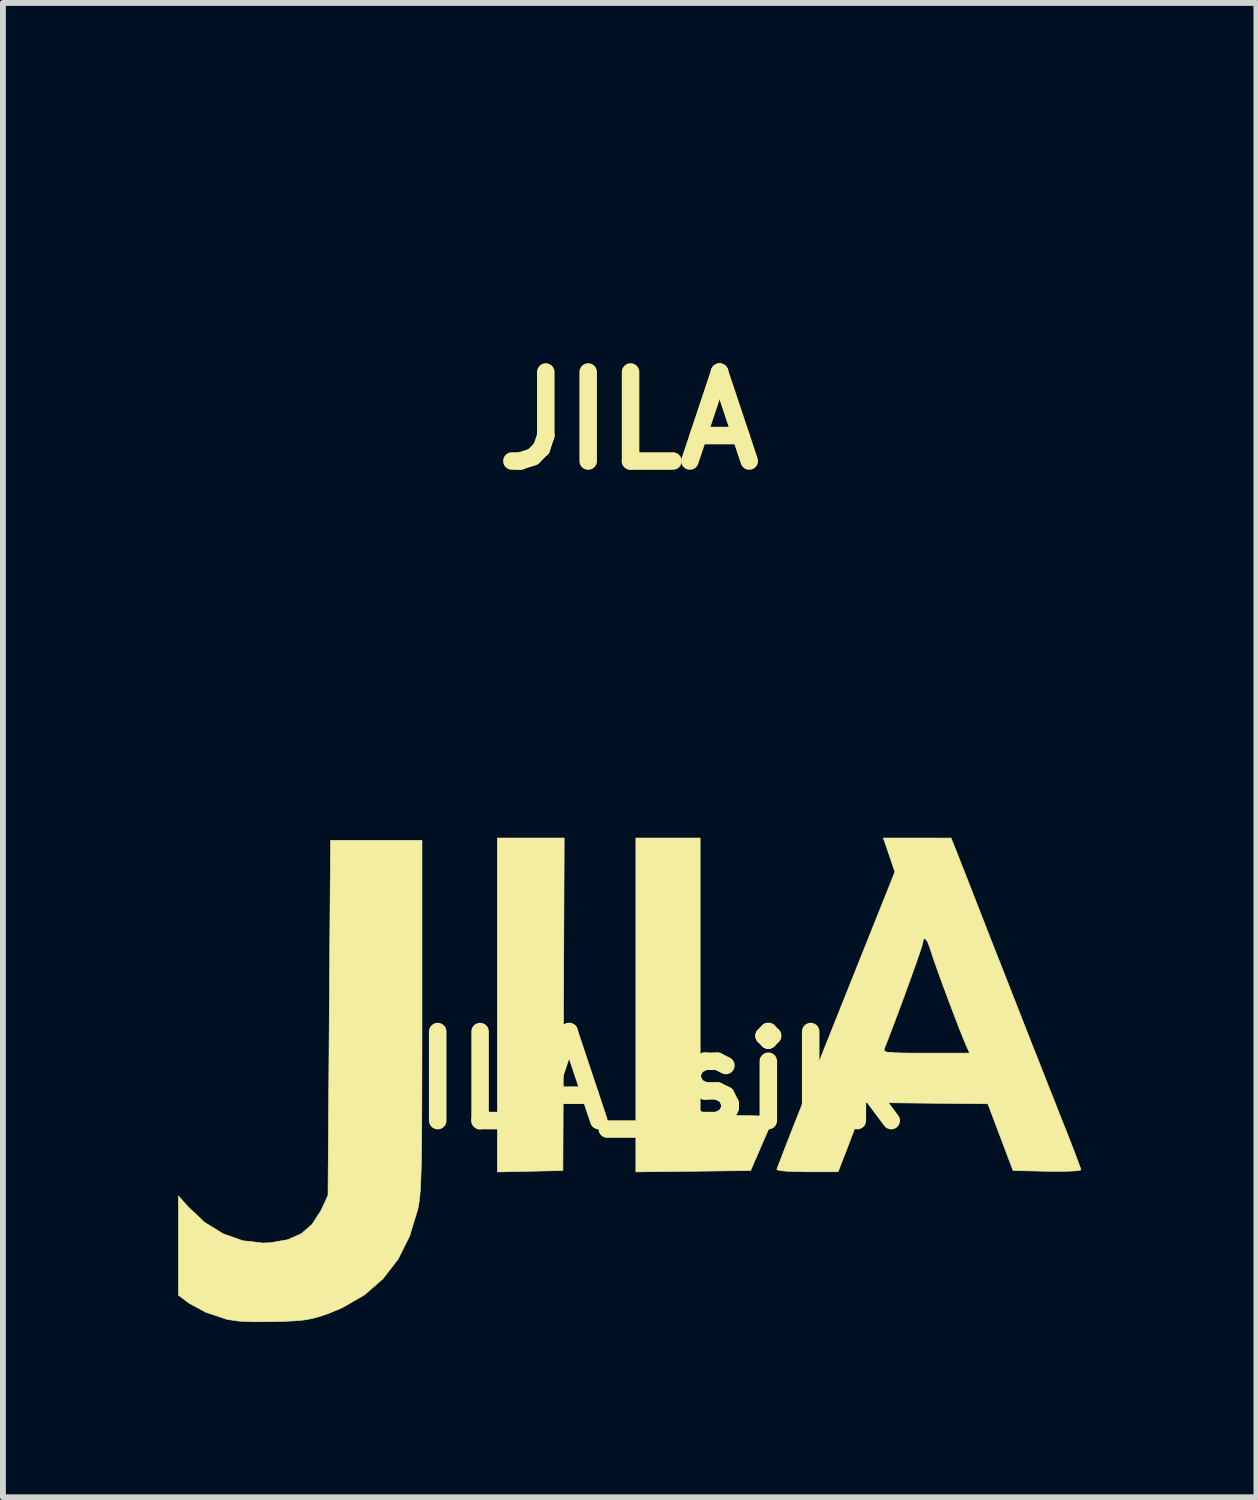
<source format=kicad_pcb>
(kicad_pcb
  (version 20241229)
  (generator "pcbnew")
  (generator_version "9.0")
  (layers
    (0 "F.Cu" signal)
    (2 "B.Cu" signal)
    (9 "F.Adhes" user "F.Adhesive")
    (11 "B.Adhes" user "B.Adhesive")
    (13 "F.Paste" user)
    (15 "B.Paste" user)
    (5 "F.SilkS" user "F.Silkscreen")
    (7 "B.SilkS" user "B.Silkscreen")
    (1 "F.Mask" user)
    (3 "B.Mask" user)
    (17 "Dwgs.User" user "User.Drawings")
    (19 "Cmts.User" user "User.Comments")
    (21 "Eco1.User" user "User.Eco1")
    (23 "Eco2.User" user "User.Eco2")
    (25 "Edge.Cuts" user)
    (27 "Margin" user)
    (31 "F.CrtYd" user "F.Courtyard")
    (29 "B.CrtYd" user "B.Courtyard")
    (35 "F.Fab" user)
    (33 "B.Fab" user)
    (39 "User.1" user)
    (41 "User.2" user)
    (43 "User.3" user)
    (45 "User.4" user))
  (footprint "JILA"
    (layer "F.Cu")
    (at 7.71 4.154)
    (property "Reference" "JILA" (at 0 0 0) (layer "F.SilkS") (effects (font (size 1.524 1.524) (thickness 0.3))))
    (attr through_hole)
    (fp_poly (pts (xy -1.111 -1.302) (xy -1.122 1.545) (xy -1.683 1.557) (xy -2.244 1.569) (xy -2.244 -4.149) (xy -1.1 -4.149) (xy -1.111 -1.302)) (stroke (width 0.01) (type solid)) (fill no) (layer "Eco1.User"))
    (fp_poly (pts (xy 1.228 0.59) (xy 1.862 0.602) (xy 2.496 0.614) (xy 2.294 1.079) (xy 2.092 1.545) (xy 1.109 1.557) (xy 0.127 1.568) (xy 0.127 -4.149) (xy 1.228 -4.149) (xy 1.228 0.59)) (stroke (width 0.01) (type solid)) (fill no) (layer "Eco1.User"))
    (fp_poly (pts (xy -4.318 -4.11) (xy -3.535 -4.11) (xy -3.535 -1.113) (xy -3.535 -0.529) (xy -3.536 -0.023) (xy -3.537 0.412) (xy -3.539 0.781) (xy -3.541 1.091) (xy -3.545 1.349) (xy -3.55 1.56) (xy -3.556 1.732) (xy -3.563 1.87) (xy -3.572 1.982) (xy -3.583 2.073) (xy -3.595 2.151) (xy -3.608 2.211) (xy -3.746 2.666) (xy -3.944 3.062) (xy -4.203 3.398) (xy -4.524 3.677) (xy -4.906 3.897) (xy -5.136 3.992) (xy -5.287 4.044) (xy -5.42 4.08) (xy -5.556 4.104) (xy -5.72 4.119) (xy -5.934 4.128) (xy -6.075 4.132) (xy -6.419 4.134) (xy -6.681 4.122) (xy -6.865 4.094) (xy -6.879 4.091) (xy -7.237 3.971) (xy -7.519 3.819) (xy -7.565 3.785) (xy -7.705 3.679) (xy -7.705 1.978) (xy -7.538 2.167) (xy -7.255 2.433) (xy -6.941 2.627) (xy -6.604 2.746) (xy -6.254 2.786) (xy -6.134 2.781) (xy -5.838 2.73) (xy -5.603 2.628) (xy -5.417 2.466) (xy -5.268 2.236) (xy -5.241 2.18) (xy -5.144 1.968) (xy -5.101 -4.11) (xy -4.318 -4.11)) (stroke (width 0.01) (type solid)) (fill no) (layer "Eco1.User"))
    (fp_poly (pts (xy 4.945 -4.149) (xy 5.524 -4.148) (xy 5.596 -3.969) (xy 5.637 -3.865) (xy 5.701 -3.702) (xy 5.781 -3.499) (xy 5.869 -3.274) (xy 5.907 -3.175) (xy 6.011 -2.91) (xy 6.132 -2.599) (xy 6.259 -2.275) (xy 6.379 -1.969) (xy 6.421 -1.863) (xy 6.537 -1.568) (xy 6.667 -1.236) (xy 6.798 -0.902) (xy 6.916 -0.6) (xy 6.953 -0.508) (xy 7.066 -0.221) (xy 7.196 0.109) (xy 7.329 0.445) (xy 7.45 0.752) (xy 7.479 0.823) (xy 7.567 1.047) (xy 7.643 1.243) (xy 7.701 1.399) (xy 7.738 1.501) (xy 7.747 1.534) (xy 7.707 1.546) (xy 7.598 1.554) (xy 7.435 1.558) (xy 7.233 1.558) (xy 7.166 1.557) (xy 6.585 1.545) (xy 6.154 0.402) (xy 5.092 0.391) (xy 4.03 0.38) (xy 3.961 0.581) (xy 3.915 0.712) (xy 3.849 0.892) (xy 3.774 1.089) (xy 3.741 1.175) (xy 3.59 1.566) (xy 3.065 1.566) (xy 2.865 1.563) (xy 2.701 1.556) (xy 2.587 1.544) (xy 2.54 1.53) (xy 2.54 1.528) (xy 2.555 1.483) (xy 2.6 1.367) (xy 2.67 1.185) (xy 2.764 0.944) (xy 2.879 0.652) (xy 3.013 0.314) (xy 3.162 -0.062) (xy 3.324 -0.47) (xy 3.341 -0.513) (xy 4.376 -0.513) (xy 4.392 -0.494) (xy 4.44 -0.48) (xy 4.532 -0.472) (xy 4.678 -0.468) (xy 4.889 -0.466) (xy 5.096 -0.466) (xy 5.841 -0.466) (xy 5.78 -0.603) (xy 5.725 -0.736) (xy 5.651 -0.922) (xy 5.566 -1.145) (xy 5.474 -1.387) (xy 5.384 -1.63) (xy 5.301 -1.858) (xy 5.232 -2.052) (xy 5.184 -2.196) (xy 5.166 -2.253) (xy 5.124 -2.368) (xy 5.082 -2.425) (xy 5.05 -2.417) (xy 5.038 -2.344) (xy 5.023 -2.292) (xy 4.984 -2.174) (xy 4.925 -2.003) (xy 4.85 -1.794) (xy 4.765 -1.559) (xy 4.675 -1.313) (xy 4.584 -1.069) (xy 4.497 -0.839) (xy 4.42 -0.639) (xy 4.381 -0.54) (xy 4.376 -0.513) (xy 3.341 -0.513) (xy 3.496 -0.902) (xy 3.551 -1.039) (xy 4.562 -3.569) (xy 4.365 -4.149) (xy 4.945 -4.149)) (stroke (width 0.01) (type solid)) (fill no) (layer "Eco1.User")))
  (footprint "JILA_silk"
    (layer "F.Cu")
    (at 7.71 15.447)
    (property "Reference" "JILA_silk" (at 0 0 0) (layer "F.SilkS") (effects (font (size 1.524 1.524) (thickness 0.3))))
    (attr through_hole)
    (fp_poly (pts (xy -1.111 -1.302) (xy -1.122 1.545) (xy -1.683 1.557) (xy -2.244 1.569) (xy -2.244 -4.149) (xy -1.1 -4.149) (xy -1.111 -1.302)) (stroke (width 0.01) (type solid)) (fill yes) (layer "F.SilkS"))
    (fp_poly (pts (xy 1.228 0.59) (xy 1.862 0.602) (xy 2.496 0.614) (xy 2.294 1.079) (xy 2.092 1.545) (xy 1.109 1.557) (xy 0.127 1.568) (xy 0.127 -4.149) (xy 1.228 -4.149) (xy 1.228 0.59)) (stroke (width 0.01) (type solid)) (fill yes) (layer "F.SilkS"))
    (fp_poly (pts (xy -4.318 -4.11) (xy -3.535 -4.11) (xy -3.535 -1.113) (xy -3.535 -0.529) (xy -3.536 -0.023) (xy -3.537 0.412) (xy -3.539 0.781) (xy -3.541 1.091) (xy -3.545 1.349) (xy -3.55 1.56) (xy -3.556 1.732) (xy -3.563 1.87) (xy -3.572 1.982) (xy -3.583 2.073) (xy -3.595 2.151) (xy -3.608 2.211) (xy -3.746 2.666) (xy -3.944 3.062) (xy -4.203 3.398) (xy -4.524 3.677) (xy -4.906 3.897) (xy -5.136 3.992) (xy -5.287 4.044) (xy -5.42 4.08) (xy -5.556 4.104) (xy -5.72 4.119) (xy -5.934 4.128) (xy -6.075 4.132) (xy -6.419 4.134) (xy -6.681 4.122) (xy -6.865 4.094) (xy -6.879 4.091) (xy -7.237 3.971) (xy -7.519 3.819) (xy -7.565 3.785) (xy -7.705 3.679) (xy -7.705 1.978) (xy -7.538 2.167) (xy -7.255 2.433) (xy -6.941 2.627) (xy -6.604 2.746) (xy -6.254 2.786) (xy -6.134 2.781) (xy -5.838 2.73) (xy -5.603 2.628) (xy -5.417 2.466) (xy -5.268 2.236) (xy -5.241 2.18) (xy -5.144 1.968) (xy -5.101 -4.11) (xy -4.318 -4.11)) (stroke (width 0.01) (type solid)) (fill yes) (layer "F.SilkS"))
    (fp_poly (pts (xy 4.945 -4.149) (xy 5.524 -4.148) (xy 5.596 -3.969) (xy 5.637 -3.865) (xy 5.701 -3.702) (xy 5.781 -3.499) (xy 5.869 -3.274) (xy 5.907 -3.175) (xy 6.011 -2.91) (xy 6.132 -2.599) (xy 6.259 -2.275) (xy 6.379 -1.969) (xy 6.421 -1.863) (xy 6.537 -1.568) (xy 6.667 -1.236) (xy 6.798 -0.902) (xy 6.916 -0.6) (xy 6.953 -0.508) (xy 7.066 -0.221) (xy 7.196 0.109) (xy 7.329 0.445) (xy 7.45 0.752) (xy 7.479 0.823) (xy 7.567 1.047) (xy 7.643 1.243) (xy 7.701 1.399) (xy 7.738 1.501) (xy 7.747 1.534) (xy 7.707 1.546) (xy 7.598 1.554) (xy 7.435 1.558) (xy 7.233 1.558) (xy 7.166 1.557) (xy 6.585 1.545) (xy 6.154 0.402) (xy 5.092 0.391) (xy 4.03 0.38) (xy 3.961 0.581) (xy 3.915 0.712) (xy 3.849 0.892) (xy 3.774 1.089) (xy 3.741 1.175) (xy 3.59 1.566) (xy 3.065 1.566) (xy 2.865 1.563) (xy 2.701 1.556) (xy 2.587 1.544) (xy 2.54 1.53) (xy 2.54 1.528) (xy 2.555 1.483) (xy 2.6 1.367) (xy 2.67 1.185) (xy 2.764 0.944) (xy 2.879 0.652) (xy 3.013 0.314) (xy 3.162 -0.062) (xy 3.324 -0.47) (xy 3.341 -0.513) (xy 4.376 -0.513) (xy 4.392 -0.494) (xy 4.44 -0.48) (xy 4.532 -0.472) (xy 4.678 -0.468) (xy 4.889 -0.466) (xy 5.096 -0.466) (xy 5.841 -0.466) (xy 5.78 -0.603) (xy 5.725 -0.736) (xy 5.651 -0.922) (xy 5.566 -1.145) (xy 5.474 -1.387) (xy 5.384 -1.63) (xy 5.301 -1.858) (xy 5.232 -2.052) (xy 5.184 -2.196) (xy 5.166 -2.253) (xy 5.124 -2.368) (xy 5.082 -2.425) (xy 5.05 -2.417) (xy 5.038 -2.344) (xy 5.023 -2.292) (xy 4.984 -2.174) (xy 4.925 -2.003) (xy 4.85 -1.794) (xy 4.765 -1.559) (xy 4.675 -1.313) (xy 4.584 -1.069) (xy 4.497 -0.839) (xy 4.42 -0.639) (xy 4.381 -0.54) (xy 4.376 -0.513) (xy 3.341 -0.513) (xy 3.496 -0.902) (xy 3.551 -1.039) (xy 4.562 -3.569) (xy 4.365 -4.149) (xy 4.945 -4.149)) (stroke (width 0.01) (type solid)) (fill yes) (layer "F.SilkS")))
  (gr_rect
    (start -3 -3)
    (end 18.462 22.586)
    (stroke (width 0.1) (type default))
    (fill no)
    (layer "Edge.Cuts")))
</source>
